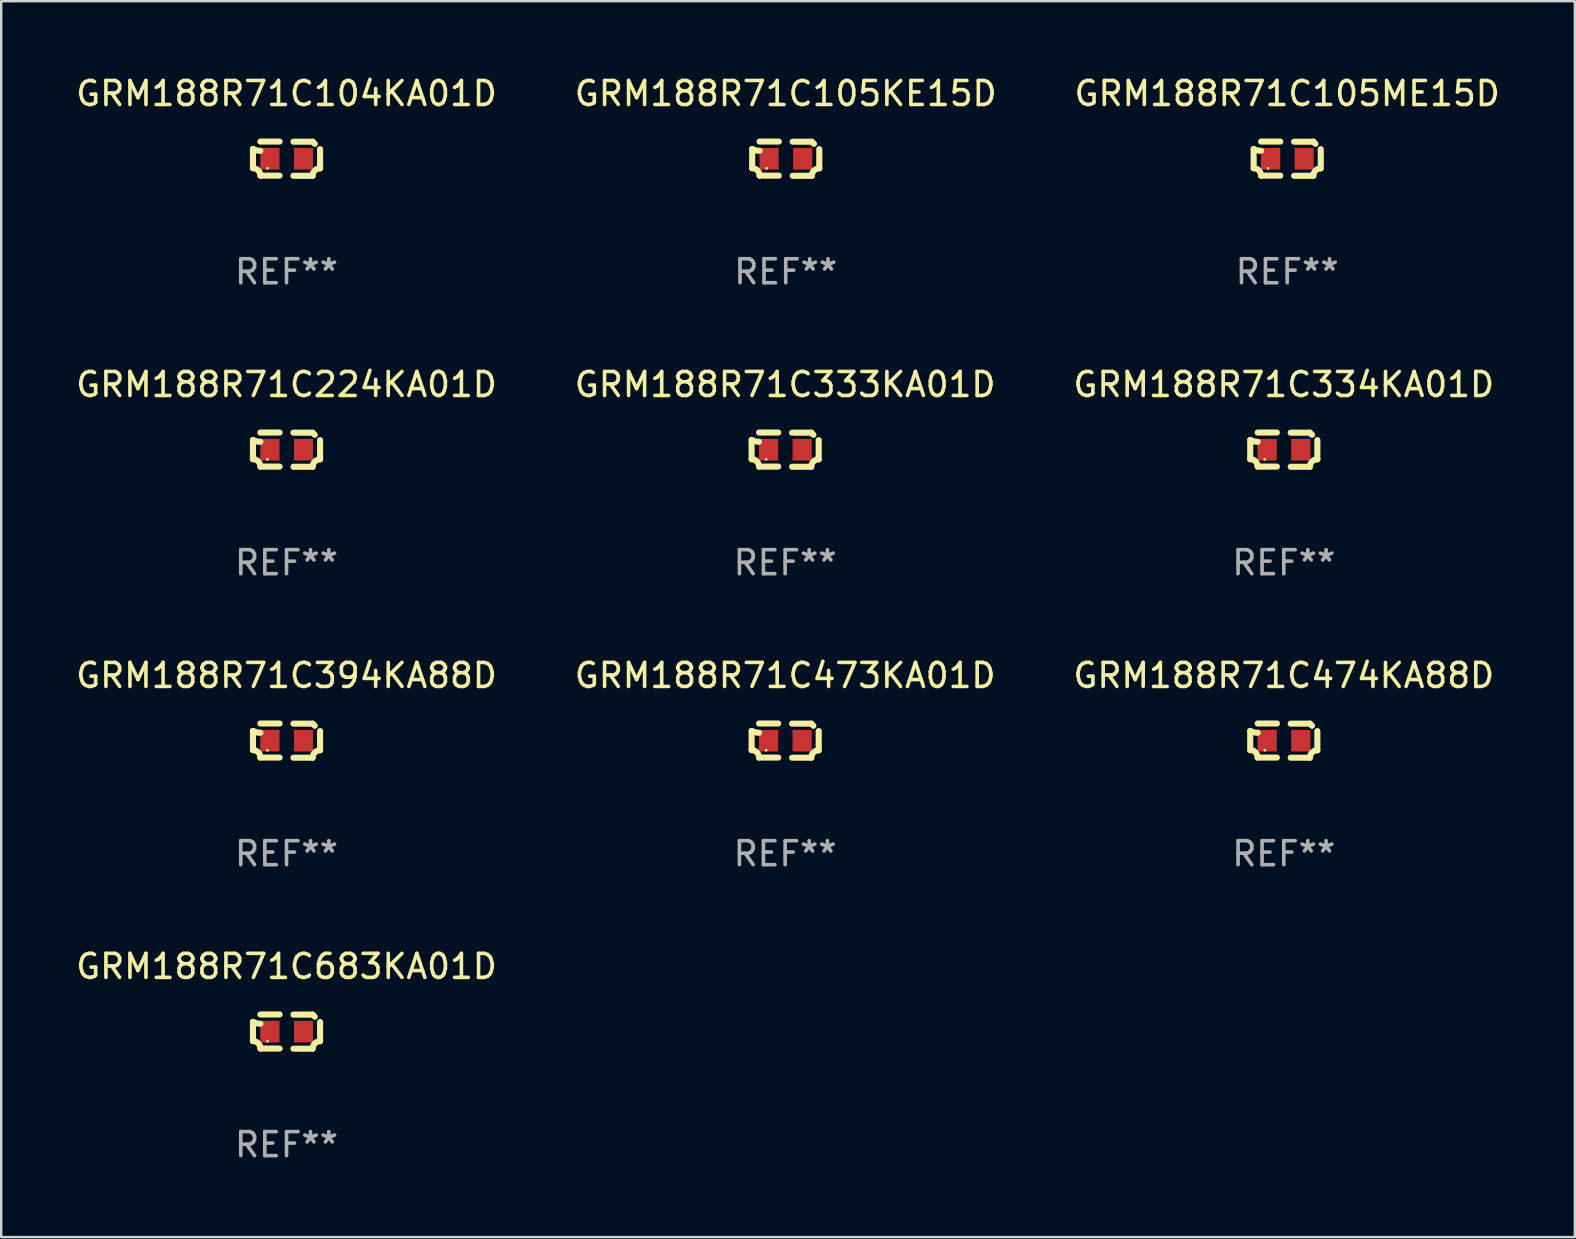
<source format=kicad_pcb>
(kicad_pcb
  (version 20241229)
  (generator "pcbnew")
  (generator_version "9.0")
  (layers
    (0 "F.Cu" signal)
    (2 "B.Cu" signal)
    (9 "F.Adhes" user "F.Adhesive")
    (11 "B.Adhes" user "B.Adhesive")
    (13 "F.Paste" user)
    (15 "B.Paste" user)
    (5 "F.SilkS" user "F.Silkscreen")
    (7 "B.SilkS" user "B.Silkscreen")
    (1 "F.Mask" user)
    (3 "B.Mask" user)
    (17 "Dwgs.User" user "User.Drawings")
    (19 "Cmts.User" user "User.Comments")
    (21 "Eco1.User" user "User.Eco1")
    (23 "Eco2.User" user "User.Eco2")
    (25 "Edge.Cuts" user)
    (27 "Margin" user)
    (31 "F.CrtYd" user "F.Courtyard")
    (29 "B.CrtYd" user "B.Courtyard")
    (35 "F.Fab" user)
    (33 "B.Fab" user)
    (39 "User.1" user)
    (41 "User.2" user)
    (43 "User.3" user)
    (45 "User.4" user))
  (footprint "GRM188R71C105KE15D"
    (layer "F.Cu")
    (at 29.685 3.561)
    (property "Reference" "GRM188R71C105KE15D" (at 0 -2.713 0) (layer "F.SilkS") (effects (font (size 1 1) (thickness 0.15))))
    (attr through_hole)
    (fp_line (start -1.398 -0.403) (end -1.398 0.397) (stroke (width 0.254) (type solid)) (layer "F.SilkS"))
    (fp_line (start -0.288 -0.713) (end -1.088 -0.713) (stroke (width 0.254) (type solid)) (layer "F.SilkS"))
    (fp_line (start -0.288 0.707) (end -1.088 0.707) (stroke (width 0.254) (type solid)) (layer "F.SilkS"))
    (fp_line (start 0.288 -0.707) (end 1.088 -0.707) (stroke (width 0.254) (type solid)) (layer "F.SilkS"))
    (fp_line (start 0.288 0.713) (end 1.088 0.713) (stroke (width 0.254) (type solid)) (layer "F.SilkS"))
    (fp_line (start 1.398 -0.397) (end 1.398 0.403) (stroke (width 0.254) (type solid)) (layer "F.SilkS"))
    (fp_arc (start -1.397789 0.397066) (mid -1.178701 0.487826) (end -1.08796 0.706922) (stroke (width 0.254001) (type solid)) (layer "F.SilkS"))
    (fp_arc (start -1.08796 -0.327176) (mid -1.247436 -0.346384) (end -1.39779 -0.402908) (stroke (width 0.254001) (type solid)) (layer "F.SilkS"))
    (fp_arc (start 1.087909 0.712738) (mid 1.178656 0.493655) (end 1.397739 0.402908) (stroke (width 0.254001) (type solid)) (layer "F.SilkS"))
    (fp_arc (start 1.175925 -0.618926) (mid 1.131917 -0.662923) (end 1.08791 -0.706922) (stroke (width 0.254001) (type solid)) (layer "F.SilkS"))
    (fp_circle (center -0.792 0.403) (end -0.762 0.403) (stroke (width 0.06) (type solid)) (fill no) (layer "F.SilkS"))
    (fp_text user "REF**" (at 0 4.713 0) (layer "F.Fab") (effects (font (size 1 1) (thickness 0.15))))
    (pad "1" smd rect (at -0.692 0.003) (size 0.8 0.9) (layers "F.Cu" "F.Mask" "F.Paste"))
    (pad "2" smd rect (at 0.708 0.003) (size 0.8 0.9) (layers "F.Cu" "F.Mask" "F.Paste")))
  (footprint "GRM188R71C474KA88D"
    (layer "F.Cu")
    (at 50.435 27.805)
    (property "Reference" "GRM188R71C474KA88D" (at 0 -2.713 0) (layer "F.SilkS") (effects (font (size 1 1) (thickness 0.15))))
    (attr through_hole)
    (fp_line (start -1.398 -0.403) (end -1.398 0.397) (stroke (width 0.254) (type solid)) (layer "F.SilkS"))
    (fp_line (start -0.288 -0.713) (end -1.088 -0.713) (stroke (width 0.254) (type solid)) (layer "F.SilkS"))
    (fp_line (start -0.288 0.707) (end -1.088 0.707) (stroke (width 0.254) (type solid)) (layer "F.SilkS"))
    (fp_line (start 0.288 -0.707) (end 1.088 -0.707) (stroke (width 0.254) (type solid)) (layer "F.SilkS"))
    (fp_line (start 0.288 0.713) (end 1.088 0.713) (stroke (width 0.254) (type solid)) (layer "F.SilkS"))
    (fp_line (start 1.398 -0.397) (end 1.398 0.403) (stroke (width 0.254) (type solid)) (layer "F.SilkS"))
    (fp_arc (start -1.397789 0.397066) (mid -1.178701 0.487826) (end -1.08796 0.706922) (stroke (width 0.254001) (type solid)) (layer "F.SilkS"))
    (fp_arc (start -1.08796 -0.327176) (mid -1.247436 -0.346384) (end -1.39779 -0.402908) (stroke (width 0.254001) (type solid)) (layer "F.SilkS"))
    (fp_arc (start 1.087909 0.712738) (mid 1.178656 0.493655) (end 1.397739 0.402908) (stroke (width 0.254001) (type solid)) (layer "F.SilkS"))
    (fp_arc (start 1.175925 -0.618926) (mid 1.131917 -0.662923) (end 1.08791 -0.706922) (stroke (width 0.254001) (type solid)) (layer "F.SilkS"))
    (fp_circle (center -0.792 0.403) (end -0.762 0.403) (stroke (width 0.06) (type solid)) (fill no) (layer "F.SilkS"))
    (fp_text user "REF**" (at 0 4.713 0) (layer "F.Fab") (effects (font (size 1 1) (thickness 0.15))))
    (pad "1" smd rect (at -0.692 0.003) (size 0.8 0.9) (layers "F.Cu" "F.Mask" "F.Paste"))
    (pad "2" smd rect (at 0.708 0.003) (size 0.8 0.9) (layers "F.Cu" "F.Mask" "F.Paste")))
  (footprint "GRM188R71C394KA88D"
    (layer "F.Cu")
    (at 8.887 27.805)
    (property "Reference" "GRM188R71C394KA88D" (at 0 -2.713 0) (layer "F.SilkS") (effects (font (size 1 1) (thickness 0.15))))
    (attr through_hole)
    (fp_line (start -1.398 -0.403) (end -1.398 0.397) (stroke (width 0.254) (type solid)) (layer "F.SilkS"))
    (fp_line (start -0.288 -0.713) (end -1.088 -0.713) (stroke (width 0.254) (type solid)) (layer "F.SilkS"))
    (fp_line (start -0.288 0.707) (end -1.088 0.707) (stroke (width 0.254) (type solid)) (layer "F.SilkS"))
    (fp_line (start 0.288 -0.707) (end 1.088 -0.707) (stroke (width 0.254) (type solid)) (layer "F.SilkS"))
    (fp_line (start 0.288 0.713) (end 1.088 0.713) (stroke (width 0.254) (type solid)) (layer "F.SilkS"))
    (fp_line (start 1.398 -0.397) (end 1.398 0.403) (stroke (width 0.254) (type solid)) (layer "F.SilkS"))
    (fp_arc (start -1.397789 0.397066) (mid -1.178701 0.487826) (end -1.08796 0.706922) (stroke (width 0.254001) (type solid)) (layer "F.SilkS"))
    (fp_arc (start -1.08796 -0.327176) (mid -1.247436 -0.346384) (end -1.39779 -0.402908) (stroke (width 0.254001) (type solid)) (layer "F.SilkS"))
    (fp_arc (start 1.087909 0.712738) (mid 1.178656 0.493655) (end 1.397739 0.402908) (stroke (width 0.254001) (type solid)) (layer "F.SilkS"))
    (fp_arc (start 1.175925 -0.618926) (mid 1.131917 -0.662923) (end 1.08791 -0.706922) (stroke (width 0.254001) (type solid)) (layer "F.SilkS"))
    (fp_circle (center -0.792 0.403) (end -0.762 0.403) (stroke (width 0.06) (type solid)) (fill no) (layer "F.SilkS"))
    (fp_text user "REF**" (at 0 4.713 0) (layer "F.Fab") (effects (font (size 1 1) (thickness 0.15))))
    (pad "1" smd rect (at -0.692 0.003) (size 0.8 0.9) (layers "F.Cu" "F.Mask" "F.Paste"))
    (pad "2" smd rect (at 0.708 0.003) (size 0.8 0.9) (layers "F.Cu" "F.Mask" "F.Paste")))
  (footprint "GRM188R71C104KA01D"
    (layer "F.Cu")
    (at 8.887 3.561)
    (property "Reference" "GRM188R71C104KA01D" (at 0 -2.713 0) (layer "F.SilkS") (effects (font (size 1 1) (thickness 0.15))))
    (attr through_hole)
    (fp_line (start -1.398 -0.403) (end -1.398 0.397) (stroke (width 0.254) (type solid)) (layer "F.SilkS"))
    (fp_line (start -0.288 -0.713) (end -1.088 -0.713) (stroke (width 0.254) (type solid)) (layer "F.SilkS"))
    (fp_line (start -0.288 0.707) (end -1.088 0.707) (stroke (width 0.254) (type solid)) (layer "F.SilkS"))
    (fp_line (start 0.288 -0.707) (end 1.088 -0.707) (stroke (width 0.254) (type solid)) (layer "F.SilkS"))
    (fp_line (start 0.288 0.713) (end 1.088 0.713) (stroke (width 0.254) (type solid)) (layer "F.SilkS"))
    (fp_line (start 1.398 -0.397) (end 1.398 0.403) (stroke (width 0.254) (type solid)) (layer "F.SilkS"))
    (fp_arc (start -1.397789 0.397066) (mid -1.178701 0.487826) (end -1.08796 0.706922) (stroke (width 0.254001) (type solid)) (layer "F.SilkS"))
    (fp_arc (start -1.08796 -0.327176) (mid -1.247436 -0.346384) (end -1.39779 -0.402908) (stroke (width 0.254001) (type solid)) (layer "F.SilkS"))
    (fp_arc (start 1.087909 0.712738) (mid 1.178656 0.493655) (end 1.397739 0.402908) (stroke (width 0.254001) (type solid)) (layer "F.SilkS"))
    (fp_arc (start 1.175925 -0.618926) (mid 1.131917 -0.662923) (end 1.08791 -0.706922) (stroke (width 0.254001) (type solid)) (layer "F.SilkS"))
    (fp_circle (center -0.792 0.403) (end -0.762 0.403) (stroke (width 0.06) (type solid)) (fill no) (layer "F.SilkS"))
    (fp_text user "REF**" (at 0 4.713 0) (layer "F.Fab") (effects (font (size 1 1) (thickness 0.15))))
    (pad "1" smd rect (at -0.692 0.003) (size 0.8 0.9) (layers "F.Cu" "F.Mask" "F.Paste"))
    (pad "2" smd rect (at 0.708 0.003) (size 0.8 0.9) (layers "F.Cu" "F.Mask" "F.Paste")))
  (footprint "GRM188R71C333KA01D"
    (layer "F.Cu")
    (at 29.661 15.683)
    (property "Reference" "GRM188R71C333KA01D" (at 0 -2.713 0) (layer "F.SilkS") (effects (font (size 1 1) (thickness 0.15))))
    (attr through_hole)
    (fp_line (start -1.398 -0.403) (end -1.398 0.397) (stroke (width 0.254) (type solid)) (layer "F.SilkS"))
    (fp_line (start -0.288 -0.713) (end -1.088 -0.713) (stroke (width 0.254) (type solid)) (layer "F.SilkS"))
    (fp_line (start -0.288 0.707) (end -1.088 0.707) (stroke (width 0.254) (type solid)) (layer "F.SilkS"))
    (fp_line (start 0.288 -0.707) (end 1.088 -0.707) (stroke (width 0.254) (type solid)) (layer "F.SilkS"))
    (fp_line (start 0.288 0.713) (end 1.088 0.713) (stroke (width 0.254) (type solid)) (layer "F.SilkS"))
    (fp_line (start 1.398 -0.397) (end 1.398 0.403) (stroke (width 0.254) (type solid)) (layer "F.SilkS"))
    (fp_arc (start -1.397789 0.397066) (mid -1.178701 0.487826) (end -1.08796 0.706922) (stroke (width 0.254001) (type solid)) (layer "F.SilkS"))
    (fp_arc (start -1.08796 -0.327176) (mid -1.247436 -0.346384) (end -1.39779 -0.402908) (stroke (width 0.254001) (type solid)) (layer "F.SilkS"))
    (fp_arc (start 1.087909 0.712738) (mid 1.178656 0.493655) (end 1.397739 0.402908) (stroke (width 0.254001) (type solid)) (layer "F.SilkS"))
    (fp_arc (start 1.175925 -0.618926) (mid 1.131917 -0.662923) (end 1.08791 -0.706922) (stroke (width 0.254001) (type solid)) (layer "F.SilkS"))
    (fp_circle (center -0.792 0.403) (end -0.762 0.403) (stroke (width 0.06) (type solid)) (fill no) (layer "F.SilkS"))
    (fp_text user "REF**" (at 0 4.713 0) (layer "F.Fab") (effects (font (size 1 1) (thickness 0.15))))
    (pad "1" smd rect (at -0.692 0.003) (size 0.8 0.9) (layers "F.Cu" "F.Mask" "F.Paste"))
    (pad "2" smd rect (at 0.708 0.003) (size 0.8 0.9) (layers "F.Cu" "F.Mask" "F.Paste")))
  (footprint "GRM188R71C473KA01D"
    (layer "F.Cu")
    (at 29.661 27.805)
    (property "Reference" "GRM188R71C473KA01D" (at 0 -2.713 0) (layer "F.SilkS") (effects (font (size 1 1) (thickness 0.15))))
    (attr through_hole)
    (fp_line (start -1.398 -0.403) (end -1.398 0.397) (stroke (width 0.254) (type solid)) (layer "F.SilkS"))
    (fp_line (start -0.288 -0.713) (end -1.088 -0.713) (stroke (width 0.254) (type solid)) (layer "F.SilkS"))
    (fp_line (start -0.288 0.707) (end -1.088 0.707) (stroke (width 0.254) (type solid)) (layer "F.SilkS"))
    (fp_line (start 0.288 -0.707) (end 1.088 -0.707) (stroke (width 0.254) (type solid)) (layer "F.SilkS"))
    (fp_line (start 0.288 0.713) (end 1.088 0.713) (stroke (width 0.254) (type solid)) (layer "F.SilkS"))
    (fp_line (start 1.398 -0.397) (end 1.398 0.403) (stroke (width 0.254) (type solid)) (layer "F.SilkS"))
    (fp_arc (start -1.397789 0.397066) (mid -1.178701 0.487826) (end -1.08796 0.706922) (stroke (width 0.254001) (type solid)) (layer "F.SilkS"))
    (fp_arc (start -1.08796 -0.327176) (mid -1.247436 -0.346384) (end -1.39779 -0.402908) (stroke (width 0.254001) (type solid)) (layer "F.SilkS"))
    (fp_arc (start 1.087909 0.712738) (mid 1.178656 0.493655) (end 1.397739 0.402908) (stroke (width 0.254001) (type solid)) (layer "F.SilkS"))
    (fp_arc (start 1.175925 -0.618926) (mid 1.131917 -0.662923) (end 1.08791 -0.706922) (stroke (width 0.254001) (type solid)) (layer "F.SilkS"))
    (fp_circle (center -0.792 0.403) (end -0.762 0.403) (stroke (width 0.06) (type solid)) (fill no) (layer "F.SilkS"))
    (fp_text user "REF**" (at 0 4.713 0) (layer "F.Fab") (effects (font (size 1 1) (thickness 0.15))))
    (pad "1" smd rect (at -0.692 0.003) (size 0.8 0.9) (layers "F.Cu" "F.Mask" "F.Paste"))
    (pad "2" smd rect (at 0.708 0.003) (size 0.8 0.9) (layers "F.Cu" "F.Mask" "F.Paste")))
  (footprint "GRM188R71C105ME15D"
    (layer "F.Cu")
    (at 50.577 3.561)
    (property "Reference" "GRM188R71C105ME15D" (at 0 -2.713 0) (layer "F.SilkS") (effects (font (size 1 1) (thickness 0.15))))
    (attr through_hole)
    (fp_line (start -1.398 -0.403) (end -1.398 0.397) (stroke (width 0.254) (type solid)) (layer "F.SilkS"))
    (fp_line (start -0.288 -0.713) (end -1.088 -0.713) (stroke (width 0.254) (type solid)) (layer "F.SilkS"))
    (fp_line (start -0.288 0.707) (end -1.088 0.707) (stroke (width 0.254) (type solid)) (layer "F.SilkS"))
    (fp_line (start 0.288 -0.707) (end 1.088 -0.707) (stroke (width 0.254) (type solid)) (layer "F.SilkS"))
    (fp_line (start 0.288 0.713) (end 1.088 0.713) (stroke (width 0.254) (type solid)) (layer "F.SilkS"))
    (fp_line (start 1.398 -0.397) (end 1.398 0.403) (stroke (width 0.254) (type solid)) (layer "F.SilkS"))
    (fp_arc (start -1.397789 0.397066) (mid -1.178701 0.487826) (end -1.08796 0.706922) (stroke (width 0.254001) (type solid)) (layer "F.SilkS"))
    (fp_arc (start -1.08796 -0.327176) (mid -1.247436 -0.346384) (end -1.39779 -0.402908) (stroke (width 0.254001) (type solid)) (layer "F.SilkS"))
    (fp_arc (start 1.087909 0.712738) (mid 1.178656 0.493655) (end 1.397739 0.402908) (stroke (width 0.254001) (type solid)) (layer "F.SilkS"))
    (fp_arc (start 1.175925 -0.618926) (mid 1.131917 -0.662923) (end 1.08791 -0.706922) (stroke (width 0.254001) (type solid)) (layer "F.SilkS"))
    (fp_circle (center -0.792 0.403) (end -0.762 0.403) (stroke (width 0.06) (type solid)) (fill no) (layer "F.SilkS"))
    (fp_text user "REF**" (at 0 4.713 0) (layer "F.Fab") (effects (font (size 1 1) (thickness 0.15))))
    (pad "1" smd rect (at -0.692 0.003) (size 0.8 0.9) (layers "F.Cu" "F.Mask" "F.Paste"))
    (pad "2" smd rect (at 0.708 0.003) (size 0.8 0.9) (layers "F.Cu" "F.Mask" "F.Paste")))
  (footprint "GRM188R71C683KA01D"
    (layer "F.Cu")
    (at 8.887 39.927)
    (property "Reference" "GRM188R71C683KA01D" (at 0 -2.713 0) (layer "F.SilkS") (effects (font (size 1 1) (thickness 0.15))))
    (attr through_hole)
    (fp_line (start -1.398 -0.403) (end -1.398 0.397) (stroke (width 0.254) (type solid)) (layer "F.SilkS"))
    (fp_line (start -0.288 -0.713) (end -1.088 -0.713) (stroke (width 0.254) (type solid)) (layer "F.SilkS"))
    (fp_line (start -0.288 0.707) (end -1.088 0.707) (stroke (width 0.254) (type solid)) (layer "F.SilkS"))
    (fp_line (start 0.288 -0.707) (end 1.088 -0.707) (stroke (width 0.254) (type solid)) (layer "F.SilkS"))
    (fp_line (start 0.288 0.713) (end 1.088 0.713) (stroke (width 0.254) (type solid)) (layer "F.SilkS"))
    (fp_line (start 1.398 -0.397) (end 1.398 0.403) (stroke (width 0.254) (type solid)) (layer "F.SilkS"))
    (fp_arc (start -1.397789 0.397066) (mid -1.178701 0.487826) (end -1.08796 0.706922) (stroke (width 0.254001) (type solid)) (layer "F.SilkS"))
    (fp_arc (start -1.08796 -0.327176) (mid -1.247436 -0.346384) (end -1.39779 -0.402908) (stroke (width 0.254001) (type solid)) (layer "F.SilkS"))
    (fp_arc (start 1.087909 0.712738) (mid 1.178656 0.493655) (end 1.397739 0.402908) (stroke (width 0.254001) (type solid)) (layer "F.SilkS"))
    (fp_arc (start 1.175925 -0.618926) (mid 1.131917 -0.662923) (end 1.08791 -0.706922) (stroke (width 0.254001) (type solid)) (layer "F.SilkS"))
    (fp_circle (center -0.792 0.403) (end -0.762 0.403) (stroke (width 0.06) (type solid)) (fill no) (layer "F.SilkS"))
    (fp_text user "REF**" (at 0 4.713 0) (layer "F.Fab") (effects (font (size 1 1) (thickness 0.15))))
    (pad "1" smd rect (at -0.692 0.003) (size 0.8 0.9) (layers "F.Cu" "F.Mask" "F.Paste"))
    (pad "2" smd rect (at 0.708 0.003) (size 0.8 0.9) (layers "F.Cu" "F.Mask" "F.Paste")))
  (footprint "GRM188R71C334KA01D"
    (layer "F.Cu")
    (at 50.435 15.683)
    (property "Reference" "GRM188R71C334KA01D" (at 0 -2.713 0) (layer "F.SilkS") (effects (font (size 1 1) (thickness 0.15))))
    (attr through_hole)
    (fp_line (start -1.398 -0.403) (end -1.398 0.397) (stroke (width 0.254) (type solid)) (layer "F.SilkS"))
    (fp_line (start -0.288 -0.713) (end -1.088 -0.713) (stroke (width 0.254) (type solid)) (layer "F.SilkS"))
    (fp_line (start -0.288 0.707) (end -1.088 0.707) (stroke (width 0.254) (type solid)) (layer "F.SilkS"))
    (fp_line (start 0.288 -0.707) (end 1.088 -0.707) (stroke (width 0.254) (type solid)) (layer "F.SilkS"))
    (fp_line (start 0.288 0.713) (end 1.088 0.713) (stroke (width 0.254) (type solid)) (layer "F.SilkS"))
    (fp_line (start 1.398 -0.397) (end 1.398 0.403) (stroke (width 0.254) (type solid)) (layer "F.SilkS"))
    (fp_arc (start -1.397789 0.397066) (mid -1.178701 0.487826) (end -1.08796 0.706922) (stroke (width 0.254001) (type solid)) (layer "F.SilkS"))
    (fp_arc (start -1.08796 -0.327176) (mid -1.247436 -0.346384) (end -1.39779 -0.402908) (stroke (width 0.254001) (type solid)) (layer "F.SilkS"))
    (fp_arc (start 1.087909 0.712738) (mid 1.178656 0.493655) (end 1.397739 0.402908) (stroke (width 0.254001) (type solid)) (layer "F.SilkS"))
    (fp_arc (start 1.175925 -0.618926) (mid 1.131917 -0.662923) (end 1.08791 -0.706922) (stroke (width 0.254001) (type solid)) (layer "F.SilkS"))
    (fp_circle (center -0.792 0.403) (end -0.762 0.403) (stroke (width 0.06) (type solid)) (fill no) (layer "F.SilkS"))
    (fp_text user "REF**" (at 0 4.713 0) (layer "F.Fab") (effects (font (size 1 1) (thickness 0.15))))
    (pad "1" smd rect (at -0.692 0.003) (size 0.8 0.9) (layers "F.Cu" "F.Mask" "F.Paste"))
    (pad "2" smd rect (at 0.708 0.003) (size 0.8 0.9) (layers "F.Cu" "F.Mask" "F.Paste")))
  (footprint "GRM188R71C224KA01D"
    (layer "F.Cu")
    (at 8.887 15.683)
    (property "Reference" "GRM188R71C224KA01D" (at 0 -2.713 0) (layer "F.SilkS") (effects (font (size 1 1) (thickness 0.15))))
    (attr through_hole)
    (fp_line (start -1.398 -0.403) (end -1.398 0.397) (stroke (width 0.254) (type solid)) (layer "F.SilkS"))
    (fp_line (start -0.288 -0.713) (end -1.088 -0.713) (stroke (width 0.254) (type solid)) (layer "F.SilkS"))
    (fp_line (start -0.288 0.707) (end -1.088 0.707) (stroke (width 0.254) (type solid)) (layer "F.SilkS"))
    (fp_line (start 0.288 -0.707) (end 1.088 -0.707) (stroke (width 0.254) (type solid)) (layer "F.SilkS"))
    (fp_line (start 0.288 0.713) (end 1.088 0.713) (stroke (width 0.254) (type solid)) (layer "F.SilkS"))
    (fp_line (start 1.398 -0.397) (end 1.398 0.403) (stroke (width 0.254) (type solid)) (layer "F.SilkS"))
    (fp_arc (start -1.397789 0.397066) (mid -1.178701 0.487826) (end -1.08796 0.706922) (stroke (width 0.254001) (type solid)) (layer "F.SilkS"))
    (fp_arc (start -1.08796 -0.327176) (mid -1.247436 -0.346384) (end -1.39779 -0.402908) (stroke (width 0.254001) (type solid)) (layer "F.SilkS"))
    (fp_arc (start 1.087909 0.712738) (mid 1.178656 0.493655) (end 1.397739 0.402908) (stroke (width 0.254001) (type solid)) (layer "F.SilkS"))
    (fp_arc (start 1.175925 -0.618926) (mid 1.131917 -0.662923) (end 1.08791 -0.706922) (stroke (width 0.254001) (type solid)) (layer "F.SilkS"))
    (fp_circle (center -0.792 0.403) (end -0.762 0.403) (stroke (width 0.06) (type solid)) (fill no) (layer "F.SilkS"))
    (fp_text user "REF**" (at 0 4.713 0) (layer "F.Fab") (effects (font (size 1 1) (thickness 0.15))))
    (pad "1" smd rect (at -0.692 0.003) (size 0.8 0.9) (layers "F.Cu" "F.Mask" "F.Paste"))
    (pad "2" smd rect (at 0.708 0.003) (size 0.8 0.9) (layers "F.Cu" "F.Mask" "F.Paste")))
  (gr_rect
    (start -3 -3)
    (end 62.56 48.488)
    (stroke (width 0.1) (type default))
    (fill no)
    (layer "Edge.Cuts")))
</source>
